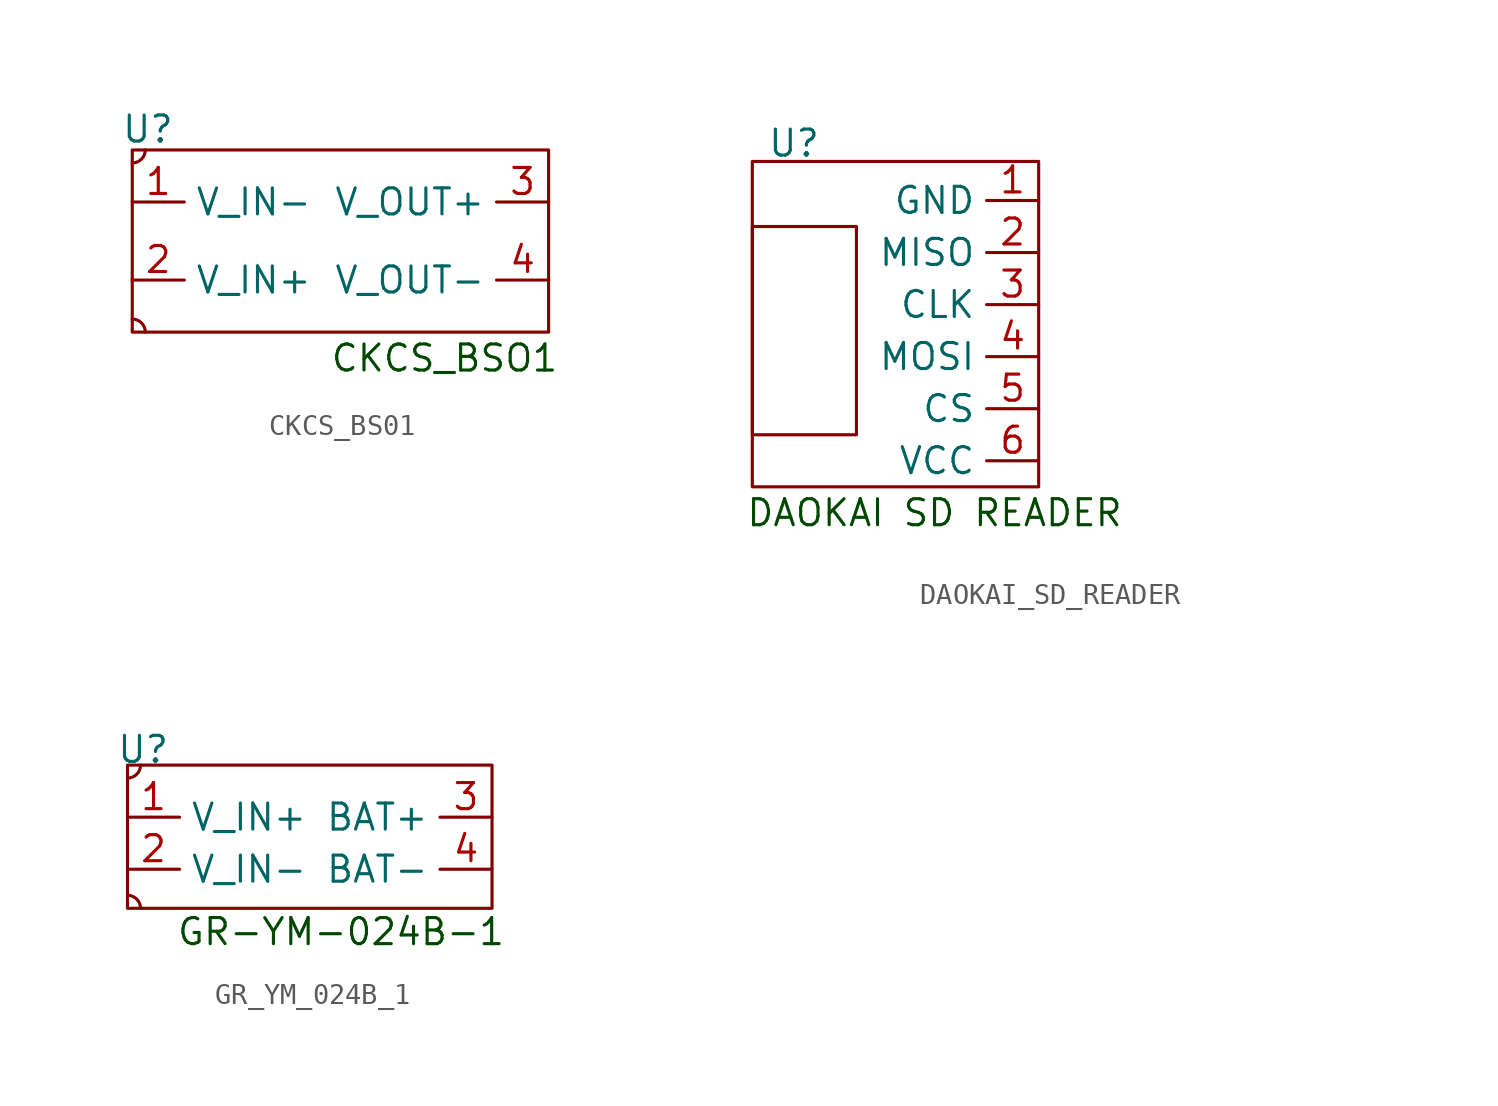
<source format=kicad_sym>
(kicad_symbol_lib
  (version 20231120)
  (generator "kicad_symbol_editor")
  (generator_version "8.0")
  (symbol "CKCS_BS01"
    (property "Reference" "U"
      (at -8.128 4.826 0)
      (effects (font (size 1.27 1.27))))
    (property "Value" ""
      (at 0 0 0)
      (effects (font (size 1.27 1.27))))
    (symbol "CKCS_BS01_0_1"
      (arc (start -8.89 3.175) (mid -8.441 3.361) (end -8.255 3.81) (stroke (width 0) (type default)) (fill (type none)))
      (rectangle (start -8.89 3.81) (end 11.43 -5.08) (stroke (width 0) (type default)) (fill (type none)))
      (arc (start -8.255 -5.08) (mid -8.441 -4.631) (end -8.89 -4.445) (stroke (width 0) (type default)) (fill (type none))))
    (symbol "CKCS_BS01_1_1"
      (text "CKCS_BSO1" (at 6.35 -6.35 0) (effects (font (size 1.27 1.27) (color 0 72 0 1))))
      (pin input line (at -8.89 1.27 0) (length 2.54) (name "V_IN-" (effects (font (size 1.27 1.27)))) (number "1" (effects (font (size 1.27 1.27)))))
      (pin input line (at -8.89 -2.54 0) (length 2.54) (name "V_IN+" (effects (font (size 1.27 1.27)))) (number "2" (effects (font (size 1.27 1.27)))))
      (pin input line (at 11.43 1.27 180) (length 2.54) (name "V_OUT+" (effects (font (size 1.27 1.27)))) (number "3" (effects (font (size 1.27 1.27)))))
      (pin input line (at 11.43 -2.54 180) (length 2.54) (name "V_OUT-" (effects (font (size 1.27 1.27)))) (number "4" (effects (font (size 1.27 1.27)))))))
  (symbol "DAOKAI_SD_READER"
    (property "Reference" "U"
      (at -4.318 9.144 0)
      (effects (font (size 1.27 1.27))))
    (property "Value" ""
      (at 22.86 -5.08 0)
      (effects (font (size 1.27 1.27))))
    (symbol "DAOKAI_SD_READER_0_1"
      (rectangle (start -6.35 5.08) (end -1.27 -5.08) (stroke (width 0) (type default)) (fill (type none)))
      (rectangle (start -6.35 8.255) (end 7.62 -7.62) (stroke (width 0) (type default)) (fill (type none))))
    (symbol "DAOKAI_SD_READER_1_1"
      (text "DAOKAI SD READER" (at 2.54 -8.89 0) (effects (font (size 1.27 1.27) (color 0 72 0 1))))
      (pin input line (at 7.62 6.35 180) (length 2.54) (name "GND" (effects (font (size 1.27 1.27)))) (number "1" (effects (font (size 1.27 1.27)))))
      (pin input line (at 7.62 3.81 180) (length 2.54) (name "MISO" (effects (font (size 1.27 1.27)))) (number "2" (effects (font (size 1.27 1.27)))))
      (pin input line (at 7.62 1.27 180) (length 2.54) (name "CLK" (effects (font (size 1.27 1.27)))) (number "3" (effects (font (size 1.27 1.27)))))
      (pin input line (at 7.62 -1.27 180) (length 2.54) (name "MOSI" (effects (font (size 1.27 1.27)))) (number "4" (effects (font (size 1.27 1.27)))))
      (pin input line (at 7.62 -3.81 180) (length 2.54) (name "CS" (effects (font (size 1.27 1.27)))) (number "5" (effects (font (size 1.27 1.27)))))
      (pin input line (at 7.62 -6.35 180) (length 2.54) (name "VCC" (effects (font (size 1.27 1.27)))) (number "6" (effects (font (size 1.27 1.27)))))))
  (symbol "GR_YM_024B_1"
    (property "Reference" "U"
      (at -8.128 4.572 0)
      (effects (font (size 1.27 1.27))))
    (property "Value" ""
      (at -1.27 1.27 0)
      (effects (font (size 1.27 1.27))))
    (symbol "GR_YM_024B_1_1_1"
      (arc (start -8.89 3.175) (mid -8.441 3.361) (end -8.255 3.81) (stroke (width 0) (type default)) (fill (type none)))
      (rectangle (start -8.89 3.81) (end 8.89 -3.175) (stroke (width 0) (type default)) (fill (type none)))
      (arc (start -8.255 -3.175) (mid -8.441 -2.726) (end -8.89 -2.54) (stroke (width 0) (type default)) (fill (type none)))
      (text "GR-YM-024B-1" (at 1.524 -4.318 0) (effects (font (size 1.27 1.27) (color 0 72 0 1))))
      (pin input line (at -8.89 1.27 0) (length 2.54) (name "V_IN+" (effects (font (size 1.27 1.27)))) (number "1" (effects (font (size 1.27 1.27)))))
      (pin input line (at -8.89 -1.27 0) (length 2.54) (name "V_IN-" (effects (font (size 1.27 1.27)))) (number "2" (effects (font (size 1.27 1.27)))))
      (pin input line (at 8.89 1.27 180) (length 2.54) (name "BAT+" (effects (font (size 1.27 1.27)))) (number "3" (effects (font (size 1.27 1.27)))))
      (pin input line (at 8.89 -1.27 180) (length 2.54) (name "BAT-" (effects (font (size 1.27 1.27)))) (number "4" (effects (font (size 1.27 1.27))))))))
</source>
